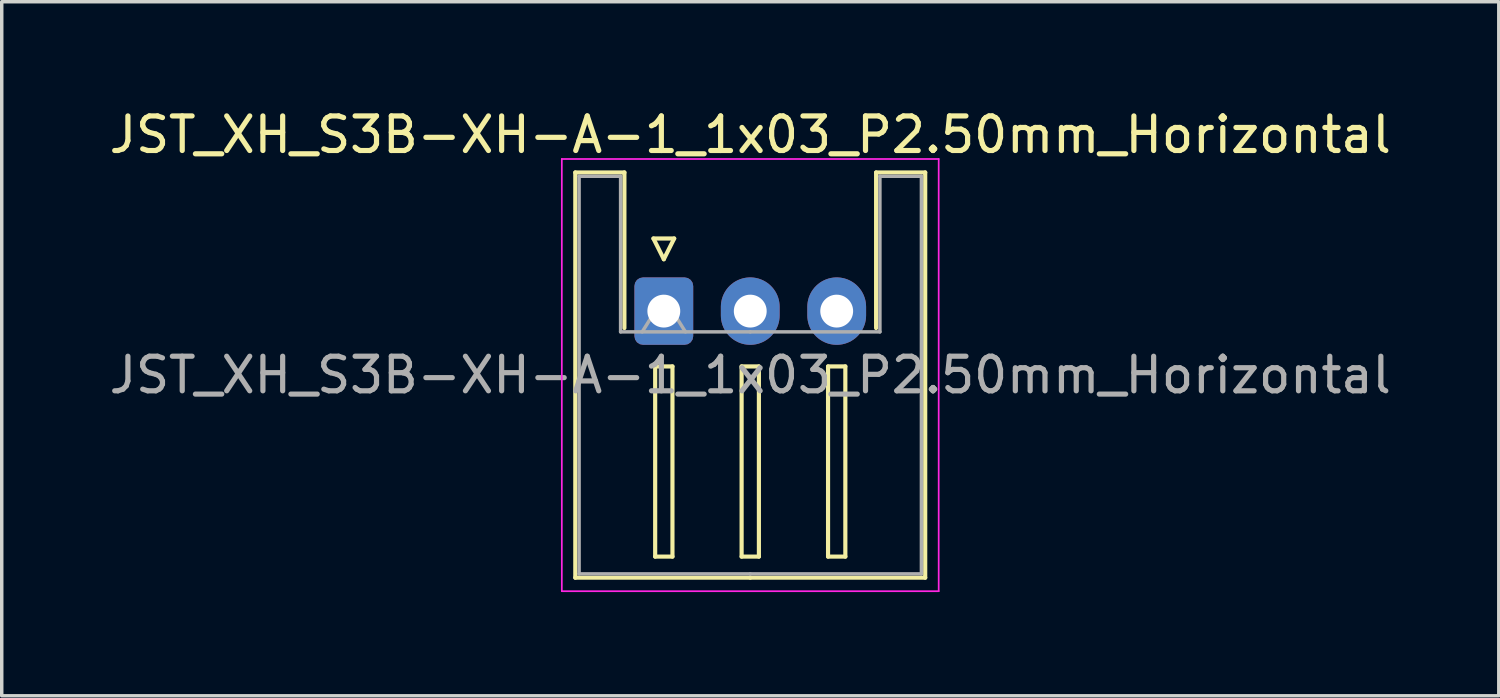
<source format=kicad_pcb>
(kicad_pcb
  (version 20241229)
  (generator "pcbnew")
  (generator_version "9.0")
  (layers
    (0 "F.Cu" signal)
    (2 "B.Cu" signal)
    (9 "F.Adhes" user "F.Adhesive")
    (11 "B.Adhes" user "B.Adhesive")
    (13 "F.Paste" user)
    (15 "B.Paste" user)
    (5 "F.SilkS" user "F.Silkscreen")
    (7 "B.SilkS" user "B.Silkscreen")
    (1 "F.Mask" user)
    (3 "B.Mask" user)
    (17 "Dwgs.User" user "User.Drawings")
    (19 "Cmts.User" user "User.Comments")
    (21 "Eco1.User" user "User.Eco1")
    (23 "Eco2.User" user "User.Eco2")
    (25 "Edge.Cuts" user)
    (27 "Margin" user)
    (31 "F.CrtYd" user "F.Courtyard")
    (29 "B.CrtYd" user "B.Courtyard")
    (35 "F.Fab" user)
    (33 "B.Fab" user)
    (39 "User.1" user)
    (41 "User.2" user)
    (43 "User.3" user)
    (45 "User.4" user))
  (footprint "JST_XH_S3B-XH-A-1_1x03_P2.50mm_Horizontal"
    (layer "F.Cu")
    (at 16.149 5.948)
    (property "Reference" "JST_XH_S3B-XH-A-1_1x03_P2.50mm_Horizontal" (at 2.5 -5.1 0) (layer "F.SilkS") (effects (font (size 1 1) (thickness 0.15))))
    (attr through_hole)
    (fp_line (start -2.56 -4.01) (end -1.14 -4.01) (stroke (width 0.12) (type solid)) (layer "F.SilkS"))
    (fp_line (start -2.56 7.71) (end -2.56 -4.01) (stroke (width 0.12) (type solid)) (layer "F.SilkS"))
    (fp_line (start -1.14 -4.01) (end -1.14 0.49) (stroke (width 0.12) (type solid)) (layer "F.SilkS"))
    (fp_line (start -0.3 -2.1) (end 0.3 -2.1) (stroke (width 0.12) (type solid)) (layer "F.SilkS"))
    (fp_line (start -0.25 1.6) (end -0.25 7.1) (stroke (width 0.12) (type solid)) (layer "F.SilkS"))
    (fp_line (start -0.25 7.1) (end 0.25 7.1) (stroke (width 0.12) (type solid)) (layer "F.SilkS"))
    (fp_line (start 0 -1.5) (end -0.3 -2.1) (stroke (width 0.12) (type solid)) (layer "F.SilkS"))
    (fp_line (start 0.25 1.6) (end -0.25 1.6) (stroke (width 0.12) (type solid)) (layer "F.SilkS"))
    (fp_line (start 0.25 7.1) (end 0.25 1.6) (stroke (width 0.12) (type solid)) (layer "F.SilkS"))
    (fp_line (start 0.3 -2.1) (end 0 -1.5) (stroke (width 0.12) (type solid)) (layer "F.SilkS"))
    (fp_line (start 2.25 1.6) (end 2.25 7.1) (stroke (width 0.12) (type solid)) (layer "F.SilkS"))
    (fp_line (start 2.25 7.1) (end 2.75 7.1) (stroke (width 0.12) (type solid)) (layer "F.SilkS"))
    (fp_line (start 2.5 7.71) (end -2.56 7.71) (stroke (width 0.12) (type solid)) (layer "F.SilkS"))
    (fp_line (start 2.5 7.71) (end 7.56 7.71) (stroke (width 0.12) (type solid)) (layer "F.SilkS"))
    (fp_line (start 2.75 1.6) (end 2.25 1.6) (stroke (width 0.12) (type solid)) (layer "F.SilkS"))
    (fp_line (start 2.75 7.1) (end 2.75 1.6) (stroke (width 0.12) (type solid)) (layer "F.SilkS"))
    (fp_line (start 4.75 1.6) (end 4.75 7.1) (stroke (width 0.12) (type solid)) (layer "F.SilkS"))
    (fp_line (start 4.75 7.1) (end 5.25 7.1) (stroke (width 0.12) (type solid)) (layer "F.SilkS"))
    (fp_line (start 5.25 1.6) (end 4.75 1.6) (stroke (width 0.12) (type solid)) (layer "F.SilkS"))
    (fp_line (start 5.25 7.1) (end 5.25 1.6) (stroke (width 0.12) (type solid)) (layer "F.SilkS"))
    (fp_line (start 6.14 -4.01) (end 6.14 0.49) (stroke (width 0.12) (type solid)) (layer "F.SilkS"))
    (fp_line (start 7.56 -4.01) (end 6.14 -4.01) (stroke (width 0.12) (type solid)) (layer "F.SilkS"))
    (fp_line (start 7.56 7.71) (end 7.56 -4.01) (stroke (width 0.12) (type solid)) (layer "F.SilkS"))
    (fp_line (start -2.95 -4.4) (end -2.95 8.1) (stroke (width 0.05) (type solid)) (layer "F.CrtYd"))
    (fp_line (start -2.95 8.1) (end 7.95 8.1) (stroke (width 0.05) (type solid)) (layer "F.CrtYd"))
    (fp_line (start 7.95 -4.4) (end -2.95 -4.4) (stroke (width 0.05) (type solid)) (layer "F.CrtYd"))
    (fp_line (start 7.95 8.1) (end 7.95 -4.4) (stroke (width 0.05) (type solid)) (layer "F.CrtYd"))
    (fp_line (start -2.45 -3.9) (end -1.25 -3.9) (stroke (width 0.1) (type solid)) (layer "F.Fab"))
    (fp_line (start -2.45 7.6) (end -2.45 -3.9) (stroke (width 0.1) (type solid)) (layer "F.Fab"))
    (fp_line (start -1.25 -3.9) (end -1.25 0.6) (stroke (width 0.1) (type solid)) (layer "F.Fab"))
    (fp_line (start -1.25 0.6) (end 2.5 0.6) (stroke (width 0.1) (type solid)) (layer "F.Fab"))
    (fp_line (start -0.625 0.6) (end 0 -0.4) (stroke (width 0.1) (type solid)) (layer "F.Fab"))
    (fp_line (start 0 -0.4) (end 0.625 0.6) (stroke (width 0.1) (type solid)) (layer "F.Fab"))
    (fp_line (start 2.5 7.6) (end -2.45 7.6) (stroke (width 0.1) (type solid)) (layer "F.Fab"))
    (fp_line (start 2.5 7.6) (end 7.45 7.6) (stroke (width 0.1) (type solid)) (layer "F.Fab"))
    (fp_line (start 6.25 -3.9) (end 6.25 0.6) (stroke (width 0.1) (type solid)) (layer "F.Fab"))
    (fp_line (start 6.25 0.6) (end 2.5 0.6) (stroke (width 0.1) (type solid)) (layer "F.Fab"))
    (fp_line (start 7.45 -3.9) (end 6.25 -3.9) (stroke (width 0.1) (type solid)) (layer "F.Fab"))
    (fp_line (start 7.45 7.6) (end 7.45 -3.9) (stroke (width 0.1) (type solid)) (layer "F.Fab"))
    (fp_text user "${REFERENCE}" (at 2.5 1.85 0) (layer "F.Fab") (effects (font (size 1 1) (thickness 0.15))))
    (pad "1" thru_hole roundrect (at 0 0) (size 1.7 1.95) (drill 0.95) (layers "*.Cu" "*.Mask") (roundrect_rratio 0.147))
    (pad "2" thru_hole oval (at 2.5 0) (size 1.7 1.95) (drill 0.95) (layers "*.Cu" "*.Mask"))
    (pad "3" thru_hole oval (at 5 0) (size 1.7 1.95) (drill 0.95) (layers "*.Cu" "*.Mask")))
  (gr_rect
    (start -3 -3)
    (end 40.298 17.073)
    (stroke (width 0.1) (type default))
    (fill no)
    (layer "Edge.Cuts")))
</source>
